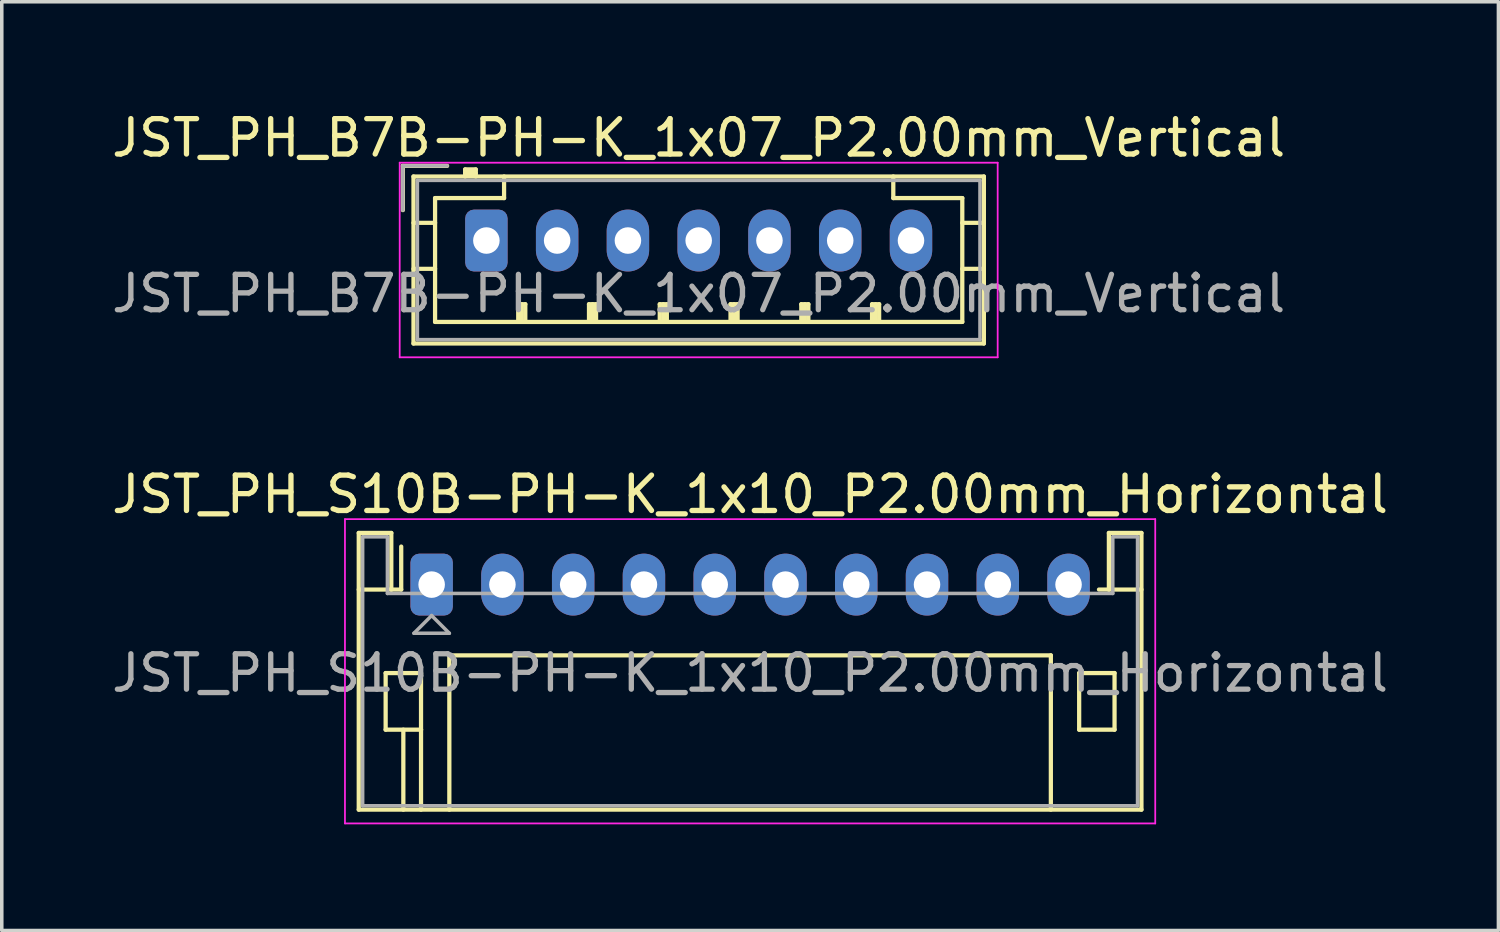
<source format=kicad_pcb>
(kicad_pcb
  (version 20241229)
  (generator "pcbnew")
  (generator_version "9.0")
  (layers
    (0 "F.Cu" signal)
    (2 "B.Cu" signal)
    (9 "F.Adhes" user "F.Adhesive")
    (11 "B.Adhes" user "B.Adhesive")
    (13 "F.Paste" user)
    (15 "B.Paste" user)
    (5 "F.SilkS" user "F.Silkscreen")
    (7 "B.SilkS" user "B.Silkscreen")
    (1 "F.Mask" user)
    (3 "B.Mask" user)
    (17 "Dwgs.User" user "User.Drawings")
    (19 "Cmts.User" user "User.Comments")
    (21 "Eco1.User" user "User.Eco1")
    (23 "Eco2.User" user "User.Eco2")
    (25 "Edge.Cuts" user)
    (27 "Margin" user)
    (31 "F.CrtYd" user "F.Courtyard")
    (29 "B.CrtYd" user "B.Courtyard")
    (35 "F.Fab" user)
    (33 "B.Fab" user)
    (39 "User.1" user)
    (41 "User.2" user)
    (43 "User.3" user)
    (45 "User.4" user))
  (footprint "JST_PH_B7B-PH-K_1x07_P2.00mm_Vertical"
    (layer "F.Cu")
    (at 10.696 3.748)
    (property "Reference" "JST_PH_B7B-PH-K_1x07_P2.00mm_Vertical" (at 6 -2.9 0) (layer "F.SilkS") (effects (font (size 1 1) (thickness 0.15))))
    (attr through_hole)
    (fp_line (start -2.36 -2.11) (end -2.36 -0.86) (stroke (width 0.12) (type solid)) (layer "F.SilkS"))
    (fp_line (start -2.06 -1.81) (end -2.06 2.91) (stroke (width 0.12) (type solid)) (layer "F.SilkS"))
    (fp_line (start -2.06 -0.5) (end -1.45 -0.5) (stroke (width 0.12) (type solid)) (layer "F.SilkS"))
    (fp_line (start -2.06 0.8) (end -1.45 0.8) (stroke (width 0.12) (type solid)) (layer "F.SilkS"))
    (fp_line (start -2.06 2.91) (end 14.06 2.91) (stroke (width 0.12) (type solid)) (layer "F.SilkS"))
    (fp_line (start -1.45 -1.2) (end -1.45 2.3) (stroke (width 0.12) (type solid)) (layer "F.SilkS"))
    (fp_line (start -1.45 2.3) (end 13.45 2.3) (stroke (width 0.12) (type solid)) (layer "F.SilkS"))
    (fp_line (start -1.11 -2.11) (end -2.36 -2.11) (stroke (width 0.12) (type solid)) (layer "F.SilkS"))
    (fp_line (start -0.6 -2.01) (end -0.6 -1.81) (stroke (width 0.12) (type solid)) (layer "F.SilkS"))
    (fp_line (start -0.3 -2.01) (end -0.6 -2.01) (stroke (width 0.12) (type solid)) (layer "F.SilkS"))
    (fp_line (start -0.3 -1.91) (end -0.6 -1.91) (stroke (width 0.12) (type solid)) (layer "F.SilkS"))
    (fp_line (start -0.3 -1.81) (end -0.3 -2.01) (stroke (width 0.12) (type solid)) (layer "F.SilkS"))
    (fp_line (start 0.5 -1.81) (end 0.5 -1.2) (stroke (width 0.12) (type solid)) (layer "F.SilkS"))
    (fp_line (start 0.5 -1.2) (end -1.45 -1.2) (stroke (width 0.12) (type solid)) (layer "F.SilkS"))
    (fp_line (start 0.9 1.8) (end 1.1 1.8) (stroke (width 0.12) (type solid)) (layer "F.SilkS"))
    (fp_line (start 0.9 2.3) (end 0.9 1.8) (stroke (width 0.12) (type solid)) (layer "F.SilkS"))
    (fp_line (start 1 2.3) (end 1 1.8) (stroke (width 0.12) (type solid)) (layer "F.SilkS"))
    (fp_line (start 1.1 1.8) (end 1.1 2.3) (stroke (width 0.12) (type solid)) (layer "F.SilkS"))
    (fp_line (start 2.9 1.8) (end 3.1 1.8) (stroke (width 0.12) (type solid)) (layer "F.SilkS"))
    (fp_line (start 2.9 2.3) (end 2.9 1.8) (stroke (width 0.12) (type solid)) (layer "F.SilkS"))
    (fp_line (start 3 2.3) (end 3 1.8) (stroke (width 0.12) (type solid)) (layer "F.SilkS"))
    (fp_line (start 3.1 1.8) (end 3.1 2.3) (stroke (width 0.12) (type solid)) (layer "F.SilkS"))
    (fp_line (start 4.9 1.8) (end 5.1 1.8) (stroke (width 0.12) (type solid)) (layer "F.SilkS"))
    (fp_line (start 4.9 2.3) (end 4.9 1.8) (stroke (width 0.12) (type solid)) (layer "F.SilkS"))
    (fp_line (start 5 2.3) (end 5 1.8) (stroke (width 0.12) (type solid)) (layer "F.SilkS"))
    (fp_line (start 5.1 1.8) (end 5.1 2.3) (stroke (width 0.12) (type solid)) (layer "F.SilkS"))
    (fp_line (start 6.9 1.8) (end 7.1 1.8) (stroke (width 0.12) (type solid)) (layer "F.SilkS"))
    (fp_line (start 6.9 2.3) (end 6.9 1.8) (stroke (width 0.12) (type solid)) (layer "F.SilkS"))
    (fp_line (start 7 2.3) (end 7 1.8) (stroke (width 0.12) (type solid)) (layer "F.SilkS"))
    (fp_line (start 7.1 1.8) (end 7.1 2.3) (stroke (width 0.12) (type solid)) (layer "F.SilkS"))
    (fp_line (start 8.9 1.8) (end 9.1 1.8) (stroke (width 0.12) (type solid)) (layer "F.SilkS"))
    (fp_line (start 8.9 2.3) (end 8.9 1.8) (stroke (width 0.12) (type solid)) (layer "F.SilkS"))
    (fp_line (start 9 2.3) (end 9 1.8) (stroke (width 0.12) (type solid)) (layer "F.SilkS"))
    (fp_line (start 9.1 1.8) (end 9.1 2.3) (stroke (width 0.12) (type solid)) (layer "F.SilkS"))
    (fp_line (start 10.9 1.8) (end 11.1 1.8) (stroke (width 0.12) (type solid)) (layer "F.SilkS"))
    (fp_line (start 10.9 2.3) (end 10.9 1.8) (stroke (width 0.12) (type solid)) (layer "F.SilkS"))
    (fp_line (start 11 2.3) (end 11 1.8) (stroke (width 0.12) (type solid)) (layer "F.SilkS"))
    (fp_line (start 11.1 1.8) (end 11.1 2.3) (stroke (width 0.12) (type solid)) (layer "F.SilkS"))
    (fp_line (start 11.5 -1.2) (end 11.5 -1.81) (stroke (width 0.12) (type solid)) (layer "F.SilkS"))
    (fp_line (start 13.45 -1.2) (end 11.5 -1.2) (stroke (width 0.12) (type solid)) (layer "F.SilkS"))
    (fp_line (start 13.45 2.3) (end 13.45 -1.2) (stroke (width 0.12) (type solid)) (layer "F.SilkS"))
    (fp_line (start 14.06 -1.81) (end -2.06 -1.81) (stroke (width 0.12) (type solid)) (layer "F.SilkS"))
    (fp_line (start 14.06 -0.5) (end 13.45 -0.5) (stroke (width 0.12) (type solid)) (layer "F.SilkS"))
    (fp_line (start 14.06 0.8) (end 13.45 0.8) (stroke (width 0.12) (type solid)) (layer "F.SilkS"))
    (fp_line (start 14.06 2.91) (end 14.06 -1.81) (stroke (width 0.12) (type solid)) (layer "F.SilkS"))
    (fp_line (start -2.45 -2.2) (end -2.45 3.3) (stroke (width 0.05) (type solid)) (layer "F.CrtYd"))
    (fp_line (start -2.45 3.3) (end 14.45 3.3) (stroke (width 0.05) (type solid)) (layer "F.CrtYd"))
    (fp_line (start 14.45 -2.2) (end -2.45 -2.2) (stroke (width 0.05) (type solid)) (layer "F.CrtYd"))
    (fp_line (start 14.45 3.3) (end 14.45 -2.2) (stroke (width 0.05) (type solid)) (layer "F.CrtYd"))
    (fp_line (start -2.36 -2.11) (end -2.36 -0.86) (stroke (width 0.1) (type solid)) (layer "F.Fab"))
    (fp_line (start -1.95 -1.7) (end -1.95 2.8) (stroke (width 0.1) (type solid)) (layer "F.Fab"))
    (fp_line (start -1.95 2.8) (end 13.95 2.8) (stroke (width 0.1) (type solid)) (layer "F.Fab"))
    (fp_line (start -1.11 -2.11) (end -2.36 -2.11) (stroke (width 0.1) (type solid)) (layer "F.Fab"))
    (fp_line (start 13.95 -1.7) (end -1.95 -1.7) (stroke (width 0.1) (type solid)) (layer "F.Fab"))
    (fp_line (start 13.95 2.8) (end 13.95 -1.7) (stroke (width 0.1) (type solid)) (layer "F.Fab"))
    (fp_text user "${REFERENCE}" (at 6 1.5 0) (layer "F.Fab") (effects (font (size 1 1) (thickness 0.15))))
    (pad "1" thru_hole roundrect (at 0 0) (size 1.2 1.75) (drill 0.75) (layers "*.Cu" "*.Mask") (roundrect_rratio 0.208))
    (pad "2" thru_hole oval (at 2 0) (size 1.2 1.75) (drill 0.75) (layers "*.Cu" "*.Mask"))
    (pad "3" thru_hole oval (at 4 0) (size 1.2 1.75) (drill 0.75) (layers "*.Cu" "*.Mask"))
    (pad "4" thru_hole oval (at 6 0) (size 1.2 1.75) (drill 0.75) (layers "*.Cu" "*.Mask"))
    (pad "5" thru_hole oval (at 8 0) (size 1.2 1.75) (drill 0.75) (layers "*.Cu" "*.Mask"))
    (pad "6" thru_hole oval (at 10 0) (size 1.2 1.75) (drill 0.75) (layers "*.Cu" "*.Mask"))
    (pad "7" thru_hole oval (at 12 0) (size 1.2 1.75) (drill 0.75) (layers "*.Cu" "*.Mask")))
  (footprint "JST_PH_S10B-PH-K_1x10_P2.00mm_Horizontal"
    (layer "F.Cu")
    (at 9.149 13.472)
    (property "Reference" "JST_PH_S10B-PH-K_1x10_P2.00mm_Horizontal" (at 9 -2.55 0) (layer "F.SilkS") (effects (font (size 1 1) (thickness 0.15))))
    (attr through_hole)
    (fp_line (start -2.06 -1.46) (end -2.06 6.36) (stroke (width 0.12) (type solid)) (layer "F.SilkS"))
    (fp_line (start -2.06 0.14) (end -1.14 0.14) (stroke (width 0.12) (type solid)) (layer "F.SilkS"))
    (fp_line (start -2.06 6.36) (end 20.06 6.36) (stroke (width 0.12) (type solid)) (layer "F.SilkS"))
    (fp_line (start -1.3 2.5) (end -1.3 4.1) (stroke (width 0.12) (type solid)) (layer "F.SilkS"))
    (fp_line (start -1.3 4.1) (end -0.3 4.1) (stroke (width 0.12) (type solid)) (layer "F.SilkS"))
    (fp_line (start -1.14 -1.46) (end -2.06 -1.46) (stroke (width 0.12) (type solid)) (layer "F.SilkS"))
    (fp_line (start -1.14 0.14) (end -1.14 -1.46) (stroke (width 0.12) (type solid)) (layer "F.SilkS"))
    (fp_line (start -0.86 0.14) (end -1.14 0.14) (stroke (width 0.12) (type solid)) (layer "F.SilkS"))
    (fp_line (start -0.86 0.14) (end -0.86 -1.075) (stroke (width 0.12) (type solid)) (layer "F.SilkS"))
    (fp_line (start -0.8 4.1) (end -0.8 6.36) (stroke (width 0.12) (type solid)) (layer "F.SilkS"))
    (fp_line (start -0.3 2.5) (end -1.3 2.5) (stroke (width 0.12) (type solid)) (layer "F.SilkS"))
    (fp_line (start -0.3 4.1) (end -0.3 2.5) (stroke (width 0.12) (type solid)) (layer "F.SilkS"))
    (fp_line (start -0.3 4.1) (end -0.3 6.36) (stroke (width 0.12) (type solid)) (layer "F.SilkS"))
    (fp_line (start 0.5 2) (end 17.5 2) (stroke (width 0.12) (type solid)) (layer "F.SilkS"))
    (fp_line (start 0.5 6.36) (end 0.5 2) (stroke (width 0.12) (type solid)) (layer "F.SilkS"))
    (fp_line (start 17.5 2) (end 17.5 6.36) (stroke (width 0.12) (type solid)) (layer "F.SilkS"))
    (fp_line (start 18.3 2.5) (end 19.3 2.5) (stroke (width 0.12) (type solid)) (layer "F.SilkS"))
    (fp_line (start 18.3 4.1) (end 18.3 2.5) (stroke (width 0.12) (type solid)) (layer "F.SilkS"))
    (fp_line (start 19.14 -1.46) (end 19.14 0.14) (stroke (width 0.12) (type solid)) (layer "F.SilkS"))
    (fp_line (start 19.14 0.14) (end 18.86 0.14) (stroke (width 0.12) (type solid)) (layer "F.SilkS"))
    (fp_line (start 19.3 2.5) (end 19.3 4.1) (stroke (width 0.12) (type solid)) (layer "F.SilkS"))
    (fp_line (start 19.3 4.1) (end 18.3 4.1) (stroke (width 0.12) (type solid)) (layer "F.SilkS"))
    (fp_line (start 20.06 -1.46) (end 19.14 -1.46) (stroke (width 0.12) (type solid)) (layer "F.SilkS"))
    (fp_line (start 20.06 0.14) (end 19.14 0.14) (stroke (width 0.12) (type solid)) (layer "F.SilkS"))
    (fp_line (start 20.06 6.36) (end 20.06 -1.46) (stroke (width 0.12) (type solid)) (layer "F.SilkS"))
    (fp_line (start -2.45 -1.85) (end -2.45 6.75) (stroke (width 0.05) (type solid)) (layer "F.CrtYd"))
    (fp_line (start -2.45 6.75) (end 20.45 6.75) (stroke (width 0.05) (type solid)) (layer "F.CrtYd"))
    (fp_line (start 20.45 -1.85) (end -2.45 -1.85) (stroke (width 0.05) (type solid)) (layer "F.CrtYd"))
    (fp_line (start 20.45 6.75) (end 20.45 -1.85) (stroke (width 0.05) (type solid)) (layer "F.CrtYd"))
    (fp_line (start -1.95 -1.35) (end -1.95 6.25) (stroke (width 0.1) (type solid)) (layer "F.Fab"))
    (fp_line (start -1.95 6.25) (end 19.95 6.25) (stroke (width 0.1) (type solid)) (layer "F.Fab"))
    (fp_line (start -1.25 -1.35) (end -1.95 -1.35) (stroke (width 0.1) (type solid)) (layer "F.Fab"))
    (fp_line (start -1.25 0.25) (end -1.25 -1.35) (stroke (width 0.1) (type solid)) (layer "F.Fab"))
    (fp_line (start -0.5 1.375) (end 0.5 1.375) (stroke (width 0.1) (type solid)) (layer "F.Fab"))
    (fp_line (start 0 0.875) (end -0.5 1.375) (stroke (width 0.1) (type solid)) (layer "F.Fab"))
    (fp_line (start 0.5 1.375) (end 0 0.875) (stroke (width 0.1) (type solid)) (layer "F.Fab"))
    (fp_line (start 19.25 -1.35) (end 19.25 0.25) (stroke (width 0.1) (type solid)) (layer "F.Fab"))
    (fp_line (start 19.25 0.25) (end -1.25 0.25) (stroke (width 0.1) (type solid)) (layer "F.Fab"))
    (fp_line (start 19.95 -1.35) (end 19.25 -1.35) (stroke (width 0.1) (type solid)) (layer "F.Fab"))
    (fp_line (start 19.95 6.25) (end 19.95 -1.35) (stroke (width 0.1) (type solid)) (layer "F.Fab"))
    (fp_text user "${REFERENCE}" (at 9 2.5 0) (layer "F.Fab") (effects (font (size 1 1) (thickness 0.15))))
    (pad "1" thru_hole roundrect (at 0 0) (size 1.2 1.75) (drill 0.75) (layers "*.Cu" "*.Mask") (roundrect_rratio 0.208))
    (pad "2" thru_hole oval (at 2 0) (size 1.2 1.75) (drill 0.75) (layers "*.Cu" "*.Mask"))
    (pad "3" thru_hole oval (at 4 0) (size 1.2 1.75) (drill 0.75) (layers "*.Cu" "*.Mask"))
    (pad "4" thru_hole oval (at 6 0) (size 1.2 1.75) (drill 0.75) (layers "*.Cu" "*.Mask"))
    (pad "5" thru_hole oval (at 8 0) (size 1.2 1.75) (drill 0.75) (layers "*.Cu" "*.Mask"))
    (pad "6" thru_hole oval (at 10 0) (size 1.2 1.75) (drill 0.75) (layers "*.Cu" "*.Mask"))
    (pad "7" thru_hole oval (at 12 0) (size 1.2 1.75) (drill 0.75) (layers "*.Cu" "*.Mask"))
    (pad "8" thru_hole oval (at 14 0) (size 1.2 1.75) (drill 0.75) (layers "*.Cu" "*.Mask"))
    (pad "9" thru_hole oval (at 16 0) (size 1.2 1.75) (drill 0.75) (layers "*.Cu" "*.Mask"))
    (pad "10" thru_hole oval (at 18 0) (size 1.2 1.75) (drill 0.75) (layers "*.Cu" "*.Mask")))
  (gr_rect
    (start -3 -3)
    (end 39.298 23.247)
    (stroke (width 0.1) (type default))
    (fill no)
    (layer "Edge.Cuts")))
</source>
